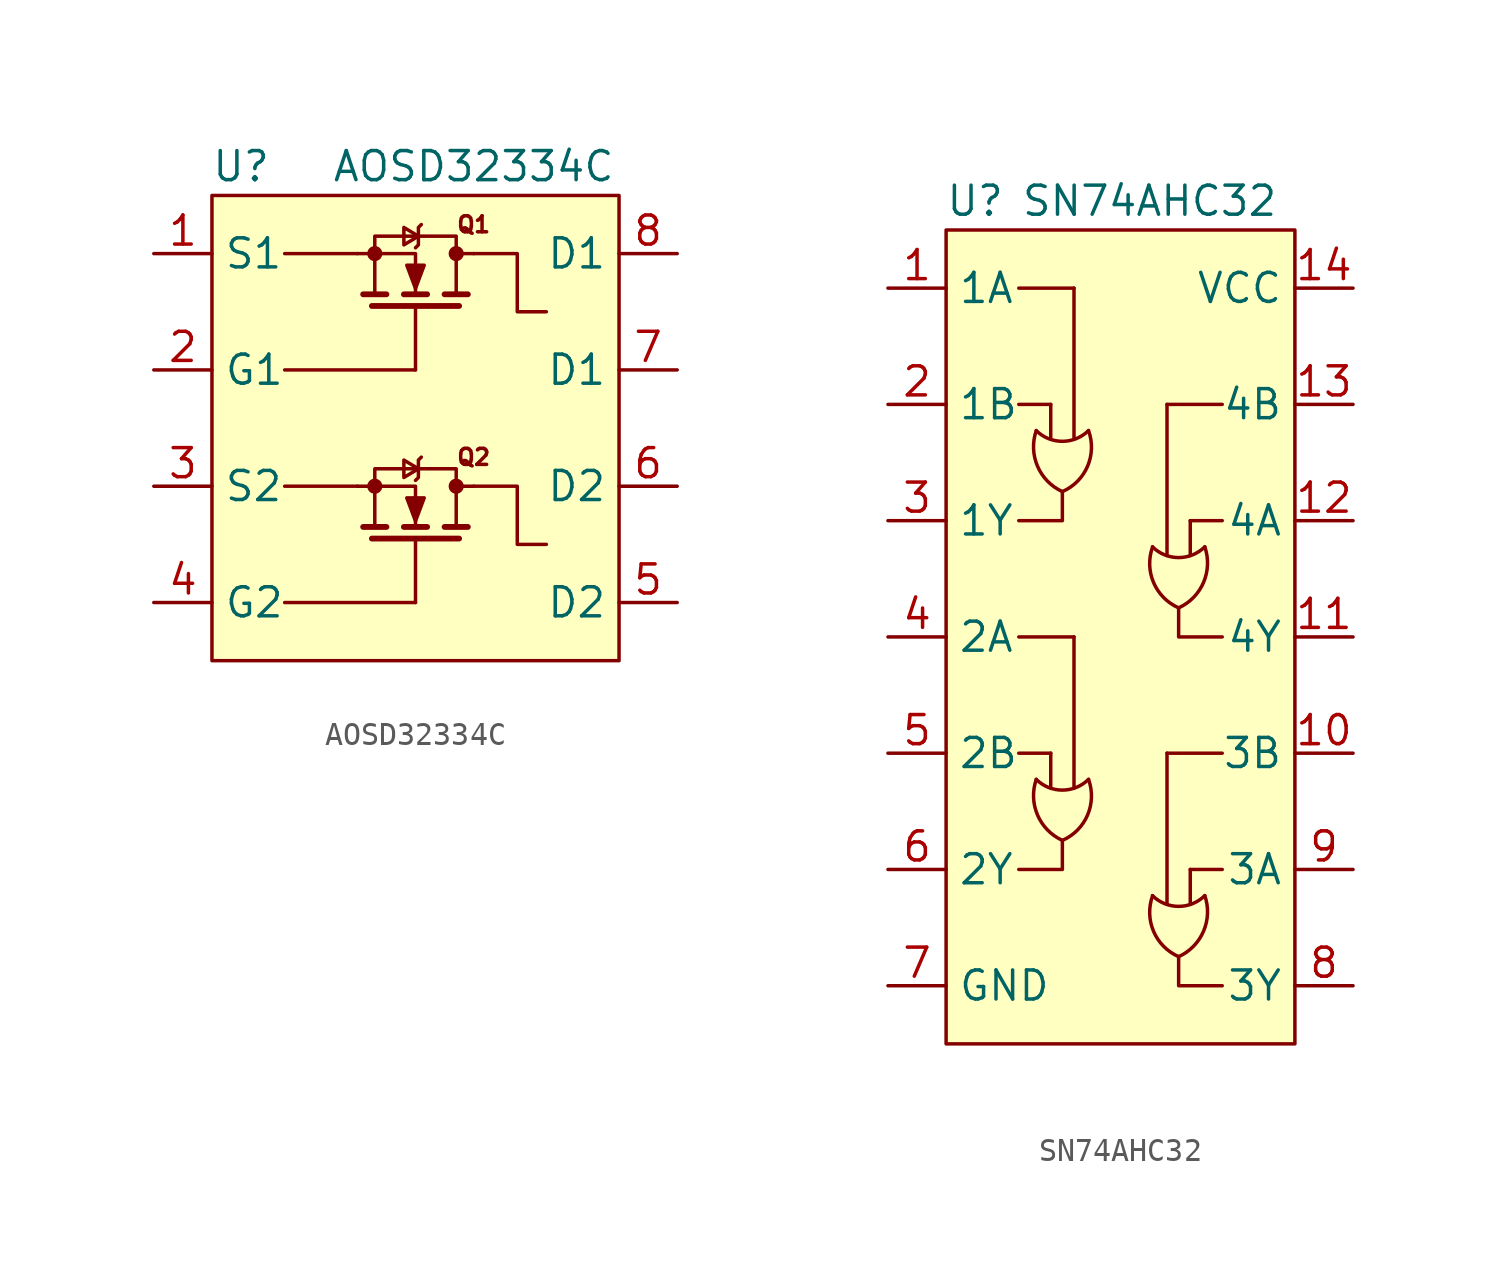
<source format=kicad_sym>
(kicad_symbol_lib
  (version 20211014)
  (generator kicad_symbol_editor)
  (symbol "AOSD32334C"
    (property "Reference" "U"
      (at -7.62 11.43 0)
      (effects (font (size 1.27 1.27))))
    (property "Value" "AOSD32334C"
      (at 2.54 11.43 0)
      (effects (font (size 1.27 1.27))))
    (symbol "AOSD32334C_0_0"
      (polyline (pts (xy 2.54 -2.54) (xy 4.445 -2.54) (xy 4.445 -5.08) (xy 5.715 -5.08)) (stroke (width 0.152) (type default) (color 0 0 0 0)) (fill (type none)))
      (polyline (pts (xy 2.54 7.62) (xy 4.445 7.62) (xy 4.445 5.08) (xy 5.715 5.08)) (stroke (width 0.152) (type default) (color 0 0 0 0)) (fill (type none)))
      (text "Q1" (at 2.54 8.89 0) (effects (font (size 0.7 0.7))))
      (text "Q2" (at 2.54 -1.27 0) (effects (font (size 0.7 0.7)))))
    (symbol "AOSD32334C_0_1"
      (rectangle (start -8.89 10.16) (end 8.89 -10.16) (stroke (width 0.152) (type default) (color 0 0 0 0)) (fill (type background)))
      (circle (center -1.778 -2.54) (radius 0.254) (stroke (width 0) (type default) (color 0 0 0 0)) (fill (type outline)))
      (circle (center -1.778 7.62) (radius 0.254) (stroke (width 0) (type default) (color 0 0 0 0)) (fill (type outline)))
      (polyline (pts (xy -2.54 -2.54) (xy -5.715 -2.54)) (stroke (width 0.152) (type default) (color 0 0 0 0)) (fill (type none)))
      (polyline (pts (xy -2.54 7.62) (xy -5.715 7.62)) (stroke (width 0.152) (type default) (color 0 0 0 0)) (fill (type none)))
      (polyline (pts (xy -1.27 -4.318) (xy -2.286 -4.318)) (stroke (width 0.254) (type default) (color 0 0 0 0)) (fill (type none)))
      (polyline (pts (xy -1.27 5.842) (xy -2.286 5.842)) (stroke (width 0.254) (type default) (color 0 0 0 0)) (fill (type none)))
      (polyline (pts (xy 0 -7.62) (xy -5.715 -7.62)) (stroke (width 0.152) (type default) (color 0 0 0 0)) (fill (type none)))
      (polyline (pts (xy 0 -4.826) (xy 0 -7.62)) (stroke (width 0) (type default) (color 0 0 0 0)) (fill (type none)))
      (polyline (pts (xy 0 2.54) (xy -5.715 2.54)) (stroke (width 0.152) (type default) (color 0 0 0 0)) (fill (type none)))
      (polyline (pts (xy 0 5.334) (xy 0 2.54)) (stroke (width 0) (type default) (color 0 0 0 0)) (fill (type none)))
      (polyline (pts (xy 0.508 -4.318) (xy -0.508 -4.318)) (stroke (width 0.254) (type default) (color 0 0 0 0)) (fill (type none)))
      (polyline (pts (xy 0.508 5.842) (xy -0.508 5.842)) (stroke (width 0.254) (type default) (color 0 0 0 0)) (fill (type none)))
      (polyline (pts (xy 1.905 -4.826) (xy -1.905 -4.826)) (stroke (width 0.254) (type default) (color 0 0 0 0)) (fill (type none)))
      (polyline (pts (xy 1.905 5.334) (xy -1.905 5.334)) (stroke (width 0.254) (type default) (color 0 0 0 0)) (fill (type none)))
      (polyline (pts (xy 2.286 -4.318) (xy 1.27 -4.318)) (stroke (width 0.254) (type default) (color 0 0 0 0)) (fill (type none)))
      (polyline (pts (xy 2.286 5.842) (xy 1.27 5.842)) (stroke (width 0.254) (type default) (color 0 0 0 0)) (fill (type none)))
      (polyline (pts (xy 2.54 -2.54) (xy 1.778 -2.54)) (stroke (width 0) (type default) (color 0 0 0 0)) (fill (type none)))
      (polyline (pts (xy 2.54 7.62) (xy 1.778 7.62)) (stroke (width 0) (type default) (color 0 0 0 0)) (fill (type none)))
      (polyline (pts (xy -2.54 -2.54) (xy 0 -2.54) (xy 0 -4.318)) (stroke (width 0) (type default) (color 0 0 0 0)) (fill (type none)))
      (polyline (pts (xy -2.54 7.62) (xy 0 7.62) (xy 0 5.842)) (stroke (width 0) (type default) (color 0 0 0 0)) (fill (type none)))
      (polyline (pts (xy 0 -4.064) (xy -0.381 -3.048) (xy 0.381 -3.048) (xy 0 -4.064)) (stroke (width 0) (type default) (color 0 0 0 0)) (fill (type outline)))
      (polyline (pts (xy 0 6.096) (xy -0.381 7.112) (xy 0.381 7.112) (xy 0 6.096)) (stroke (width 0) (type default) (color 0 0 0 0)) (fill (type outline)))
      (polyline (pts (xy 0.127 -1.778) (xy -0.508 -1.397) (xy -0.508 -2.159) (xy 0.127 -1.778)) (stroke (width 0) (type default) (color 0 0 0 0)) (fill (type none)))
      (polyline (pts (xy 0.127 8.382) (xy -0.508 8.763) (xy -0.508 8.001) (xy 0.127 8.382)) (stroke (width 0) (type default) (color 0 0 0 0)) (fill (type none)))
      (polyline (pts (xy 0.254 -1.27) (xy 0.127 -1.397) (xy 0.127 -2.159) (xy 0 -2.286)) (stroke (width 0) (type default) (color 0 0 0 0)) (fill (type none)))
      (polyline (pts (xy 0.254 8.89) (xy 0.127 8.763) (xy 0.127 8.001) (xy 0 7.874)) (stroke (width 0) (type default) (color 0 0 0 0)) (fill (type none)))
      (polyline (pts (xy 1.778 -4.318) (xy 1.778 -1.778) (xy -1.778 -1.778) (xy -1.778 -4.318)) (stroke (width 0) (type default) (color 0 0 0 0)) (fill (type none)))
      (polyline (pts (xy 1.778 5.842) (xy 1.778 8.382) (xy -1.778 8.382) (xy -1.778 5.842)) (stroke (width 0) (type default) (color 0 0 0 0)) (fill (type none)))
      (circle (center 1.778 -2.54) (radius 0.254) (stroke (width 0) (type default) (color 0 0 0 0)) (fill (type outline)))
      (circle (center 1.778 7.62) (radius 0.254) (stroke (width 0) (type default) (color 0 0 0 0)) (fill (type outline))))
    (symbol "AOSD32334C_1_1"
      (pin passive line (at -11.43 7.62 0) (length 2.54) (name "S1" (effects (font (size 1.27 1.27)))) (number "1" (effects (font (size 1.27 1.27)))))
      (pin input line (at -11.43 2.54 0) (length 2.54) (name "G1" (effects (font (size 1.27 1.27)))) (number "2" (effects (font (size 1.27 1.27)))))
      (pin passive line (at -11.43 -2.54 0) (length 2.54) (name "S2" (effects (font (size 1.27 1.27)))) (number "3" (effects (font (size 1.27 1.27)))))
      (pin input line (at -11.43 -7.62 0) (length 2.54) (name "G2" (effects (font (size 1.27 1.27)))) (number "4" (effects (font (size 1.27 1.27)))))
      (pin passive line (at 11.43 -7.62 180) (length 2.54) (name "D2" (effects (font (size 1.27 1.27)))) (number "5" (effects (font (size 1.27 1.27)))))
      (pin passive line (at 11.43 -2.54 180) (length 2.54) (name "D2" (effects (font (size 1.27 1.27)))) (number "6" (effects (font (size 1.27 1.27)))))
      (pin passive line (at 11.43 2.54 180) (length 2.54) (name "D1" (effects (font (size 1.27 1.27)))) (number "7" (effects (font (size 1.27 1.27)))))
      (pin passive line (at 11.43 7.62 180) (length 2.54) (name "D1" (effects (font (size 1.27 1.27)))) (number "8" (effects (font (size 1.27 1.27)))))))
  (symbol "SN74AHC32"
    (property "Reference" "U"
      (at -6.35 19.05 0)
      (effects (font (size 1.27 1.27))))
    (property "Value" "SN74AHC32"
      (at 1.27 19.05 0)
      (effects (font (size 1.27 1.27))))
    (symbol "SN74AHC32_0_1"
      (rectangle (start -7.62 17.78) (end 7.62 -17.78) (stroke (width 0) (type default) (color 0 0 0 0)) (fill (type background)))
      (arc (start -3.683 -6.223) (mid -3.6291 -7.7783) (end -2.54 -8.89) (stroke (width 0) (type default) (color 0 0 0 0)) (fill (type none)))
      (arc (start -3.683 -6.223) (mid -2.54 -6.6932) (end -1.397 -6.223) (stroke (width 0) (type default) (color 0 0 0 0)) (fill (type none)))
      (arc (start -3.683 9.017) (mid -3.6291 7.4617) (end -2.54 6.35) (stroke (width 0) (type default) (color 0 0 0 0)) (fill (type none)))
      (arc (start -3.683 9.017) (mid -2.54 8.5468) (end -1.397 9.017) (stroke (width 0) (type default) (color 0 0 0 0)) (fill (type none)))
      (arc (start -2.54 -8.89) (mid -1.4398 -7.7831) (end -1.397 -6.223) (stroke (width 0) (type default) (color 0 0 0 0)) (fill (type none)))
      (arc (start -2.54 6.35) (mid -1.4398 7.4569) (end -1.397 9.017) (stroke (width 0) (type default) (color 0 0 0 0)) (fill (type none)))
      (polyline (pts (xy -3.048 -5.08) (xy -4.445 -5.08)) (stroke (width 0) (type default) (color 0 0 0 0)) (fill (type none)))
      (polyline (pts (xy -3.048 -5.08) (xy -3.048 -6.604)) (stroke (width 0) (type default) (color 0 0 0 0)) (fill (type none)))
      (polyline (pts (xy -3.048 10.16) (xy -4.445 10.16)) (stroke (width 0) (type default) (color 0 0 0 0)) (fill (type none)))
      (polyline (pts (xy -3.048 10.16) (xy -3.048 8.636)) (stroke (width 0) (type default) (color 0 0 0 0)) (fill (type none)))
      (polyline (pts (xy -2.032 0) (xy -4.445 0)) (stroke (width 0) (type default) (color 0 0 0 0)) (fill (type none)))
      (polyline (pts (xy -2.032 0) (xy -2.032 -6.604)) (stroke (width 0) (type default) (color 0 0 0 0)) (fill (type none)))
      (polyline (pts (xy -2.032 15.24) (xy -4.445 15.24)) (stroke (width 0) (type default) (color 0 0 0 0)) (fill (type none)))
      (polyline (pts (xy -2.032 15.24) (xy -2.032 8.636)) (stroke (width 0) (type default) (color 0 0 0 0)) (fill (type none)))
      (polyline (pts (xy 2.032 -5.08) (xy 2.032 -11.684)) (stroke (width 0) (type default) (color 0 0 0 0)) (fill (type none)))
      (polyline (pts (xy 2.032 -5.08) (xy 4.445 -5.08)) (stroke (width 0) (type default) (color 0 0 0 0)) (fill (type none)))
      (polyline (pts (xy 2.032 10.16) (xy 2.032 3.556)) (stroke (width 0) (type default) (color 0 0 0 0)) (fill (type none)))
      (polyline (pts (xy 2.032 10.16) (xy 4.445 10.16)) (stroke (width 0) (type default) (color 0 0 0 0)) (fill (type none)))
      (polyline (pts (xy 3.048 -10.16) (xy 3.048 -11.684)) (stroke (width 0) (type default) (color 0 0 0 0)) (fill (type none)))
      (polyline (pts (xy 3.048 -10.16) (xy 4.445 -10.16)) (stroke (width 0) (type default) (color 0 0 0 0)) (fill (type none)))
      (polyline (pts (xy 3.048 5.08) (xy 3.048 3.556)) (stroke (width 0) (type default) (color 0 0 0 0)) (fill (type none)))
      (polyline (pts (xy 3.048 5.08) (xy 4.445 5.08)) (stroke (width 0) (type default) (color 0 0 0 0)) (fill (type none)))
      (polyline (pts (xy -4.445 -10.16) (xy -2.54 -10.16) (xy -2.54 -8.89)) (stroke (width 0) (type default) (color 0 0 0 0)) (fill (type none)))
      (polyline (pts (xy -4.445 5.08) (xy -2.54 5.08) (xy -2.54 6.35)) (stroke (width 0) (type default) (color 0 0 0 0)) (fill (type none)))
      (polyline (pts (xy 4.445 -15.24) (xy 2.54 -15.24) (xy 2.54 -13.97)) (stroke (width 0) (type default) (color 0 0 0 0)) (fill (type none)))
      (polyline (pts (xy 4.445 0) (xy 2.54 0) (xy 2.54 1.27)) (stroke (width 0) (type default) (color 0 0 0 0)) (fill (type none)))
      (arc (start 1.397 -11.303) (mid 1.4398 -12.8631) (end 2.54 -13.97) (stroke (width 0) (type default) (color 0 0 0 0)) (fill (type none)))
      (arc (start 1.397 -11.303) (mid 2.54 -11.7732) (end 3.683 -11.303) (stroke (width 0) (type default) (color 0 0 0 0)) (fill (type none)))
      (arc (start 1.397 3.937) (mid 1.4398 2.3769) (end 2.54 1.27) (stroke (width 0) (type default) (color 0 0 0 0)) (fill (type none)))
      (arc (start 1.397 3.937) (mid 2.54 3.4668) (end 3.683 3.937) (stroke (width 0) (type default) (color 0 0 0 0)) (fill (type none)))
      (arc (start 2.54 -13.97) (mid 3.6291 -12.8583) (end 3.683 -11.303) (stroke (width 0) (type default) (color 0 0 0 0)) (fill (type none)))
      (arc (start 2.54 1.27) (mid 3.6291 2.3817) (end 3.683 3.937) (stroke (width 0) (type default) (color 0 0 0 0)) (fill (type none))))
    (symbol "SN74AHC32_1_1"
      (pin input line (at -10.16 15.24 0) (length 2.54) (name "1A" (effects (font (size 1.27 1.27)))) (number "1" (effects (font (size 1.27 1.27)))))
      (pin input line (at 10.16 -5.08 180) (length 2.54) (name "3B" (effects (font (size 1.27 1.27)))) (number "10" (effects (font (size 1.27 1.27)))))
      (pin output line (at 10.16 0 180) (length 2.54) (name "4Y" (effects (font (size 1.27 1.27)))) (number "11" (effects (font (size 1.27 1.27)))))
      (pin input line (at 10.16 5.08 180) (length 2.54) (name "4A" (effects (font (size 1.27 1.27)))) (number "12" (effects (font (size 1.27 1.27)))))
      (pin input line (at 10.16 10.16 180) (length 2.54) (name "4B" (effects (font (size 1.27 1.27)))) (number "13" (effects (font (size 1.27 1.27)))))
      (pin power_in line (at 10.16 15.24 180) (length 2.54) (name "VCC" (effects (font (size 1.27 1.27)))) (number "14" (effects (font (size 1.27 1.27)))))
      (pin input line (at -10.16 10.16 0) (length 2.54) (name "1B" (effects (font (size 1.27 1.27)))) (number "2" (effects (font (size 1.27 1.27)))))
      (pin output line (at -10.16 5.08 0) (length 2.54) (name "1Y" (effects (font (size 1.27 1.27)))) (number "3" (effects (font (size 1.27 1.27)))))
      (pin input line (at -10.16 0 0) (length 2.54) (name "2A" (effects (font (size 1.27 1.27)))) (number "4" (effects (font (size 1.27 1.27)))))
      (pin input line (at -10.16 -5.08 0) (length 2.54) (name "2B" (effects (font (size 1.27 1.27)))) (number "5" (effects (font (size 1.27 1.27)))))
      (pin output line (at -10.16 -10.16 0) (length 2.54) (name "2Y" (effects (font (size 1.27 1.27)))) (number "6" (effects (font (size 1.27 1.27)))))
      (pin power_in line (at -10.16 -15.24 0) (length 2.54) (name "GND" (effects (font (size 1.27 1.27)))) (number "7" (effects (font (size 1.27 1.27)))))
      (pin output line (at 10.16 -15.24 180) (length 2.54) (name "3Y" (effects (font (size 1.27 1.27)))) (number "8" (effects (font (size 1.27 1.27)))))
      (pin input line (at 10.16 -10.16 180) (length 2.54) (name "3A" (effects (font (size 1.27 1.27)))) (number "9" (effects (font (size 1.27 1.27))))))))
</source>
